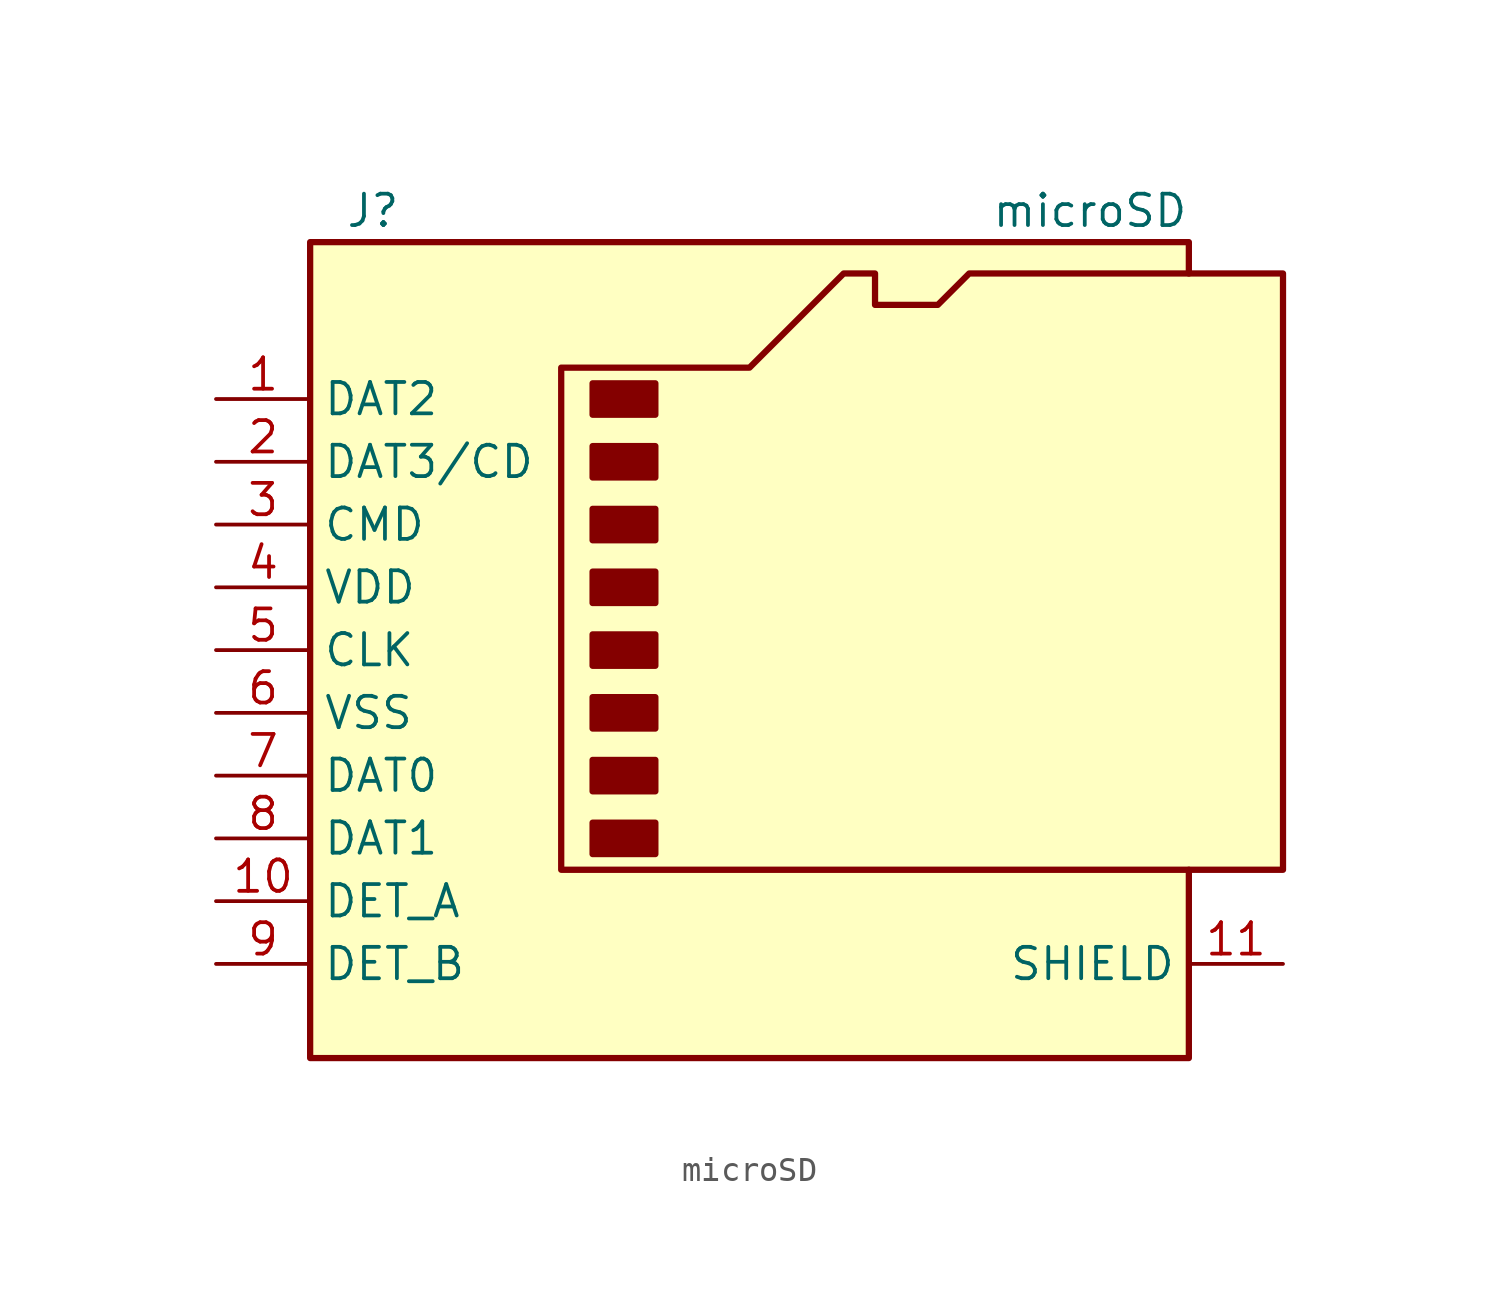
<source format=kicad_sym>
(kicad_symbol_lib
  (version 20220914)
  (generator kicad_symbol_editor)
  (symbol "microSD"
    (property "Reference" "J"
      (at -16.51 17.78 0)
      (effects (font (size 1.27 1.27))))
    (property "Value" "microSD"
      (at 16.51 17.78 0)
      (effects (font (size 1.27 1.27)) (justify right)))
    (symbol "microSD_0_1"
      (rectangle (start -7.62 -6.985) (end -5.08 -8.255) (stroke (width 0.254) (type default)) (fill (type outline)))
      (rectangle (start -7.62 -4.445) (end -5.08 -5.715) (stroke (width 0.254) (type default)) (fill (type outline)))
      (rectangle (start -7.62 -1.905) (end -5.08 -3.175) (stroke (width 0.254) (type default)) (fill (type outline)))
      (rectangle (start -7.62 0.635) (end -5.08 -0.635) (stroke (width 0.254) (type default)) (fill (type outline)))
      (rectangle (start -7.62 3.175) (end -5.08 1.905) (stroke (width 0.254) (type default)) (fill (type outline)))
      (rectangle (start -7.62 5.715) (end -5.08 4.445) (stroke (width 0.254) (type default)) (fill (type outline)))
      (rectangle (start -7.62 8.255) (end -5.08 6.985) (stroke (width 0.254) (type default)) (fill (type outline)))
      (rectangle (start -7.62 10.795) (end -5.08 9.525) (stroke (width 0.254) (type default)) (fill (type outline)))
      (polyline (pts (xy 16.51 15.24) (xy 16.51 16.51) (xy -19.05 16.51) (xy -19.05 -16.51) (xy 16.51 -16.51) (xy 16.51 -8.89)) (stroke (width 0.254) (type default)) (fill (type background)))
      (polyline (pts (xy -8.89 -8.89) (xy -8.89 11.43) (xy -1.27 11.43) (xy 2.54 15.24) (xy 3.81 15.24) (xy 3.81 13.97) (xy 6.35 13.97) (xy 7.62 15.24) (xy 20.32 15.24) (xy 20.32 -8.89) (xy -8.89 -8.89)) (stroke (width 0.254) (type default)) (fill (type background))))
    (symbol "microSD_1_1"
      (pin bidirectional line (at -22.86 10.16 0) (length 3.81) (name "DAT2" (effects (font (size 1.27 1.27)))) (number "1" (effects (font (size 1.27 1.27)))))
      (pin passive line (at -22.86 -10.16 0) (length 3.81) (name "DET_A" (effects (font (size 1.27 1.27)))) (number "10" (effects (font (size 1.27 1.27)))))
      (pin passive line (at 20.32 -12.7 180) (length 3.81) (name "SHIELD" (effects (font (size 1.27 1.27)))) (number "11" (effects (font (size 1.27 1.27)))))
      (pin bidirectional line (at -22.86 7.62 0) (length 3.81) (name "DAT3/CD" (effects (font (size 1.27 1.27)))) (number "2" (effects (font (size 1.27 1.27)))))
      (pin input line (at -22.86 5.08 0) (length 3.81) (name "CMD" (effects (font (size 1.27 1.27)))) (number "3" (effects (font (size 1.27 1.27)))))
      (pin power_in line (at -22.86 2.54 0) (length 3.81) (name "VDD" (effects (font (size 1.27 1.27)))) (number "4" (effects (font (size 1.27 1.27)))))
      (pin input line (at -22.86 0 0) (length 3.81) (name "CLK" (effects (font (size 1.27 1.27)))) (number "5" (effects (font (size 1.27 1.27)))))
      (pin power_in line (at -22.86 -2.54 0) (length 3.81) (name "VSS" (effects (font (size 1.27 1.27)))) (number "6" (effects (font (size 1.27 1.27)))))
      (pin bidirectional line (at -22.86 -5.08 0) (length 3.81) (name "DAT0" (effects (font (size 1.27 1.27)))) (number "7" (effects (font (size 1.27 1.27)))))
      (pin bidirectional line (at -22.86 -7.62 0) (length 3.81) (name "DAT1" (effects (font (size 1.27 1.27)))) (number "8" (effects (font (size 1.27 1.27)))))
      (pin passive line (at -22.86 -12.7 0) (length 3.81) (name "DET_B" (effects (font (size 1.27 1.27)))) (number "9" (effects (font (size 1.27 1.27))))))))
</source>
